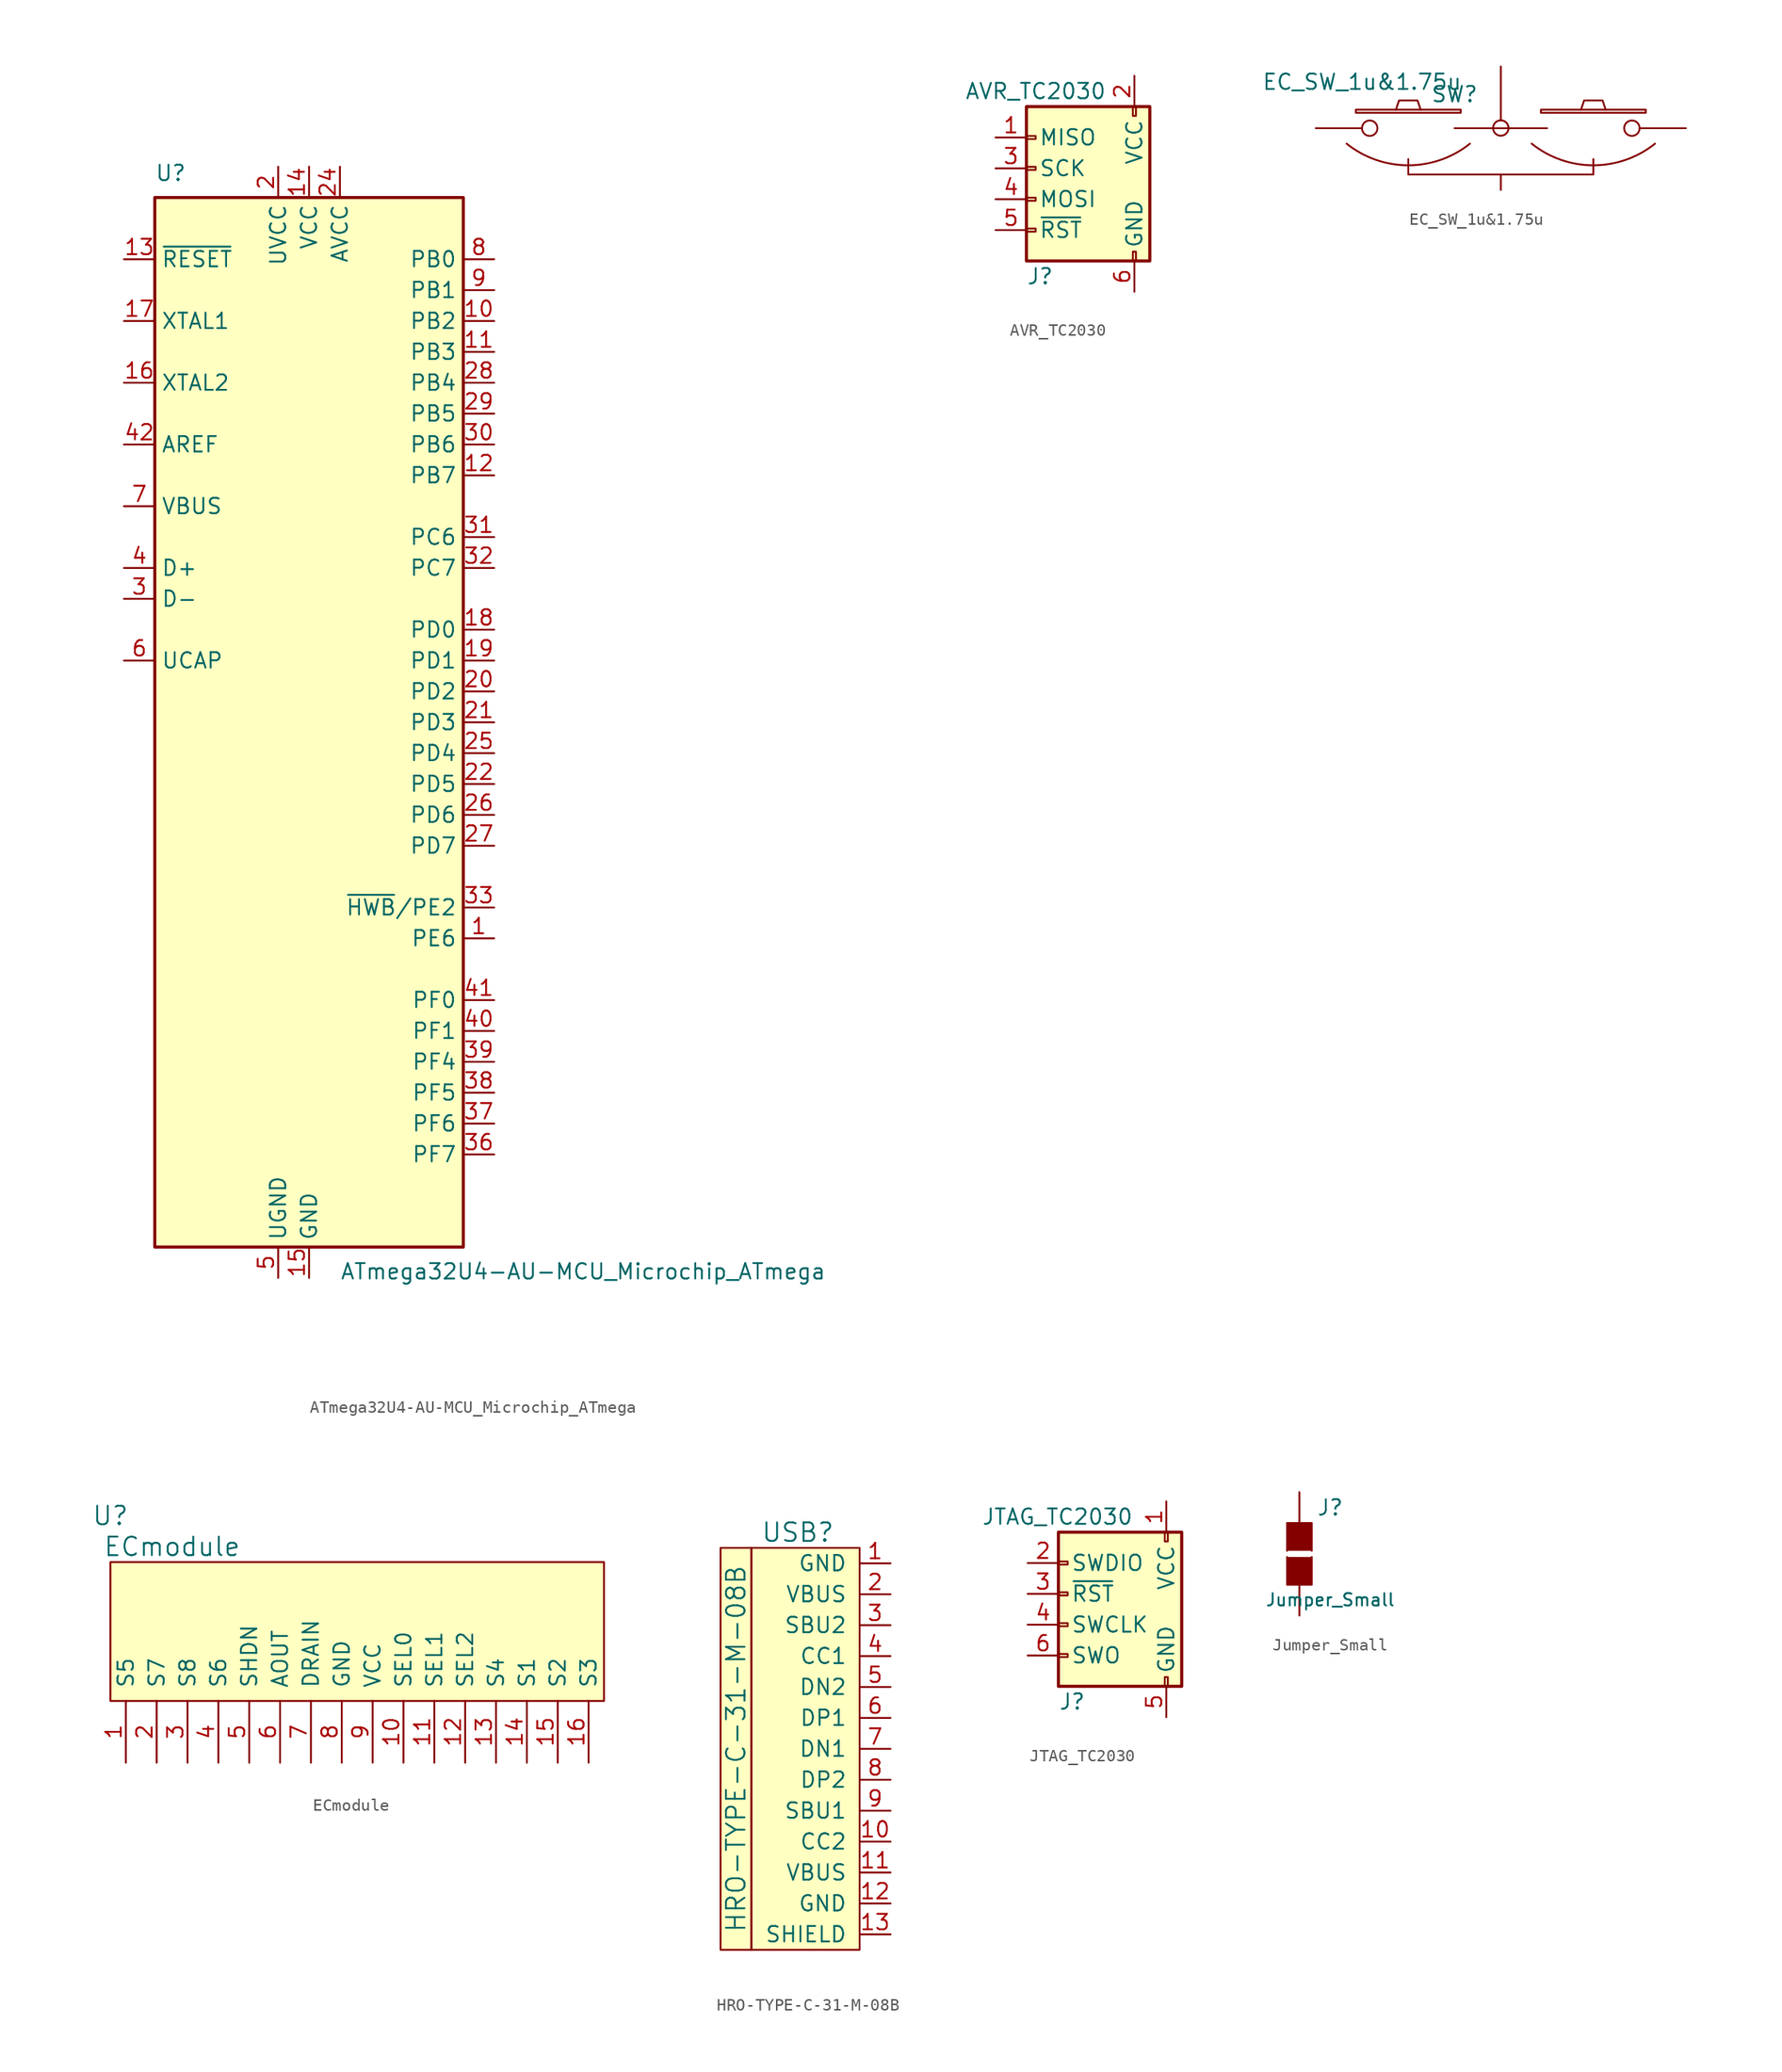
<source format=kicad_sym>
(kicad_symbol_lib
  (version 20211014)
  (generator kicad_symbol_editor)
  (symbol "ATmega32U4-AU-MCU_Microchip_ATmega"
    (property "Reference" "U"
      (at -12.7 44.45 0)
      (effects (font (size 1.27 1.27)) (justify left bottom)))
    (property "Value" "ATmega32U4-AU-MCU_Microchip_ATmega"
      (at 2.54 -44.45 0)
      (effects (font (size 1.27 1.27)) (justify left top)))
    (symbol "ATmega32U4-AU-MCU_Microchip_ATmega_0_1"
      (rectangle (start -12.7 -43.18) (end 12.7 43.18) (stroke (width 0.254) (type default) (color 0 0 0 0)) (fill (type background))))
    (symbol "ATmega32U4-AU-MCU_Microchip_ATmega_1_1"
      (pin tri_state line (at 15.24 -17.78 180) (length 2.54) (name "PE6" (effects (font (size 1.27 1.27)))) (number "1" (effects (font (size 1.27 1.27)))))
      (pin tri_state line (at 15.24 33.02 180) (length 2.54) (name "PB2" (effects (font (size 1.27 1.27)))) (number "10" (effects (font (size 1.27 1.27)))))
      (pin tri_state line (at 15.24 30.48 180) (length 2.54) (name "PB3" (effects (font (size 1.27 1.27)))) (number "11" (effects (font (size 1.27 1.27)))))
      (pin tri_state line (at 15.24 20.32 180) (length 2.54) (name "PB7" (effects (font (size 1.27 1.27)))) (number "12" (effects (font (size 1.27 1.27)))))
      (pin input line (at -15.24 38.1 0) (length 2.54) (name "~{RESET}" (effects (font (size 1.27 1.27)))) (number "13" (effects (font (size 1.27 1.27)))))
      (pin power_in line (at 0 45.72 270) (length 2.54) (name "VCC" (effects (font (size 1.27 1.27)))) (number "14" (effects (font (size 1.27 1.27)))))
      (pin power_in line (at 0 -45.72 90) (length 2.54) (name "GND" (effects (font (size 1.27 1.27)))) (number "15" (effects (font (size 1.27 1.27)))))
      (pin output line (at -15.24 27.94 0) (length 2.54) (name "XTAL2" (effects (font (size 1.27 1.27)))) (number "16" (effects (font (size 1.27 1.27)))))
      (pin input line (at -15.24 33.02 0) (length 2.54) (name "XTAL1" (effects (font (size 1.27 1.27)))) (number "17" (effects (font (size 1.27 1.27)))))
      (pin tri_state line (at 15.24 7.62 180) (length 2.54) (name "PD0" (effects (font (size 1.27 1.27)))) (number "18" (effects (font (size 1.27 1.27)))))
      (pin tri_state line (at 15.24 5.08 180) (length 2.54) (name "PD1" (effects (font (size 1.27 1.27)))) (number "19" (effects (font (size 1.27 1.27)))))
      (pin power_in line (at -2.54 45.72 270) (length 2.54) (name "UVCC" (effects (font (size 1.27 1.27)))) (number "2" (effects (font (size 1.27 1.27)))))
      (pin tri_state line (at 15.24 2.54 180) (length 2.54) (name "PD2" (effects (font (size 1.27 1.27)))) (number "20" (effects (font (size 1.27 1.27)))))
      (pin tri_state line (at 15.24 0 180) (length 2.54) (name "PD3" (effects (font (size 1.27 1.27)))) (number "21" (effects (font (size 1.27 1.27)))))
      (pin tri_state line (at 15.24 -5.08 180) (length 2.54) (name "PD5" (effects (font (size 1.27 1.27)))) (number "22" (effects (font (size 1.27 1.27)))))
      (pin passive line (at 0 -45.72 90) (length 2.54) hide (name "GND" (effects (font (size 1.27 1.27)))) (number "23" (effects (font (size 1.27 1.27)))))
      (pin power_in line (at 2.54 45.72 270) (length 2.54) (name "AVCC" (effects (font (size 1.27 1.27)))) (number "24" (effects (font (size 1.27 1.27)))))
      (pin tri_state line (at 15.24 -2.54 180) (length 2.54) (name "PD4" (effects (font (size 1.27 1.27)))) (number "25" (effects (font (size 1.27 1.27)))))
      (pin tri_state line (at 15.24 -7.62 180) (length 2.54) (name "PD6" (effects (font (size 1.27 1.27)))) (number "26" (effects (font (size 1.27 1.27)))))
      (pin tri_state line (at 15.24 -10.16 180) (length 2.54) (name "PD7" (effects (font (size 1.27 1.27)))) (number "27" (effects (font (size 1.27 1.27)))))
      (pin tri_state line (at 15.24 27.94 180) (length 2.54) (name "PB4" (effects (font (size 1.27 1.27)))) (number "28" (effects (font (size 1.27 1.27)))))
      (pin tri_state line (at 15.24 25.4 180) (length 2.54) (name "PB5" (effects (font (size 1.27 1.27)))) (number "29" (effects (font (size 1.27 1.27)))))
      (pin bidirectional line (at -15.24 10.16 0) (length 2.54) (name "D-" (effects (font (size 1.27 1.27)))) (number "3" (effects (font (size 1.27 1.27)))))
      (pin tri_state line (at 15.24 22.86 180) (length 2.54) (name "PB6" (effects (font (size 1.27 1.27)))) (number "30" (effects (font (size 1.27 1.27)))))
      (pin tri_state line (at 15.24 15.24 180) (length 2.54) (name "PC6" (effects (font (size 1.27 1.27)))) (number "31" (effects (font (size 1.27 1.27)))))
      (pin tri_state line (at 15.24 12.7 180) (length 2.54) (name "PC7" (effects (font (size 1.27 1.27)))) (number "32" (effects (font (size 1.27 1.27)))))
      (pin tri_state line (at 15.24 -15.24 180) (length 2.54) (name "~{HWB}/PE2" (effects (font (size 1.27 1.27)))) (number "33" (effects (font (size 1.27 1.27)))))
      (pin passive line (at 0 45.72 270) (length 2.54) hide (name "VCC" (effects (font (size 1.27 1.27)))) (number "34" (effects (font (size 1.27 1.27)))))
      (pin passive line (at 0 -45.72 90) (length 2.54) hide (name "GND" (effects (font (size 1.27 1.27)))) (number "35" (effects (font (size 1.27 1.27)))))
      (pin tri_state line (at 15.24 -35.56 180) (length 2.54) (name "PF7" (effects (font (size 1.27 1.27)))) (number "36" (effects (font (size 1.27 1.27)))))
      (pin tri_state line (at 15.24 -33.02 180) (length 2.54) (name "PF6" (effects (font (size 1.27 1.27)))) (number "37" (effects (font (size 1.27 1.27)))))
      (pin tri_state line (at 15.24 -30.48 180) (length 2.54) (name "PF5" (effects (font (size 1.27 1.27)))) (number "38" (effects (font (size 1.27 1.27)))))
      (pin tri_state line (at 15.24 -27.94 180) (length 2.54) (name "PF4" (effects (font (size 1.27 1.27)))) (number "39" (effects (font (size 1.27 1.27)))))
      (pin bidirectional line (at -15.24 12.7 0) (length 2.54) (name "D+" (effects (font (size 1.27 1.27)))) (number "4" (effects (font (size 1.27 1.27)))))
      (pin tri_state line (at 15.24 -25.4 180) (length 2.54) (name "PF1" (effects (font (size 1.27 1.27)))) (number "40" (effects (font (size 1.27 1.27)))))
      (pin tri_state line (at 15.24 -22.86 180) (length 2.54) (name "PF0" (effects (font (size 1.27 1.27)))) (number "41" (effects (font (size 1.27 1.27)))))
      (pin passive line (at -15.24 22.86 0) (length 2.54) (name "AREF" (effects (font (size 1.27 1.27)))) (number "42" (effects (font (size 1.27 1.27)))))
      (pin passive line (at 0 -45.72 90) (length 2.54) hide (name "GND" (effects (font (size 1.27 1.27)))) (number "43" (effects (font (size 1.27 1.27)))))
      (pin passive line (at 2.54 45.72 270) (length 2.54) hide (name "AVCC" (effects (font (size 1.27 1.27)))) (number "44" (effects (font (size 1.27 1.27)))))
      (pin passive line (at -2.54 -45.72 90) (length 2.54) (name "UGND" (effects (font (size 1.27 1.27)))) (number "5" (effects (font (size 1.27 1.27)))))
      (pin passive line (at -15.24 5.08 0) (length 2.54) (name "UCAP" (effects (font (size 1.27 1.27)))) (number "6" (effects (font (size 1.27 1.27)))))
      (pin input line (at -15.24 17.78 0) (length 2.54) (name "VBUS" (effects (font (size 1.27 1.27)))) (number "7" (effects (font (size 1.27 1.27)))))
      (pin tri_state line (at 15.24 38.1 180) (length 2.54) (name "PB0" (effects (font (size 1.27 1.27)))) (number "8" (effects (font (size 1.27 1.27)))))
      (pin tri_state line (at 15.24 35.56 180) (length 2.54) (name "PB1" (effects (font (size 1.27 1.27)))) (number "9" (effects (font (size 1.27 1.27)))))))
  (symbol "AVR_TC2030"
    (pin_names
      (offset 1.016))
    (property "Reference" "J"
      (at -3.81 -6.35 0)
      (effects (font (size 1.27 1.27)) (justify left)))
    (property "Value" "AVR_TC2030"
      (at -8.89 8.89 0)
      (effects (font (size 1.27 1.27)) (justify left)))
    (symbol "AVR_TC2030_0_1"
      (rectangle (start -3.81 7.62) (end 6.35 -5.08) (stroke (width 0.254) (type default) (color 0 0 0 0)) (fill (type background)))
      (rectangle (start -3.048 -2.667) (end -3.81 -2.413) (stroke (width 0) (type default) (color 0 0 0 0)) (fill (type none)))
      (rectangle (start -3.048 -0.127) (end -3.81 0.127) (stroke (width 0) (type default) (color 0 0 0 0)) (fill (type none)))
      (rectangle (start -3.048 2.413) (end -3.81 2.667) (stroke (width 0) (type default) (color 0 0 0 0)) (fill (type none)))
      (rectangle (start -3.048 4.953) (end -3.81 5.207) (stroke (width 0) (type default) (color 0 0 0 0)) (fill (type none)))
      (rectangle (start 4.953 -5.08) (end 5.207 -4.318) (stroke (width 0) (type default) (color 0 0 0 0)) (fill (type none)))
      (rectangle (start 4.953 6.858) (end 5.207 7.62) (stroke (width 0) (type default) (color 0 0 0 0)) (fill (type none))))
    (symbol "AVR_TC2030_1_1"
      (pin passive line (at -6.35 5.08 0) (length 2.54) (name "MISO" (effects (font (size 1.27 1.27)))) (number "1" (effects (font (size 1.27 1.27)))))
      (pin passive line (at 5.08 10.16 270) (length 2.54) (name "VCC" (effects (font (size 1.27 1.27)))) (number "2" (effects (font (size 1.27 1.27)))))
      (pin passive line (at -6.35 2.54 0) (length 2.54) (name "SCK" (effects (font (size 1.27 1.27)))) (number "3" (effects (font (size 1.27 1.27)))))
      (pin passive line (at -6.35 0 0) (length 2.54) (name "MOSI" (effects (font (size 1.27 1.27)))) (number "4" (effects (font (size 1.27 1.27)))))
      (pin passive line (at -6.35 -2.54 0) (length 2.54) (name "~{RST}" (effects (font (size 1.27 1.27)))) (number "5" (effects (font (size 1.27 1.27)))))
      (pin passive line (at 5.08 -7.62 90) (length 2.54) (name "GND" (effects (font (size 1.27 1.27)))) (number "6" (effects (font (size 1.27 1.27)))))))
  (symbol "EC_SW_1u&1.75u"
    (pin_numbers hide)
    (pin_names
      (offset 1.016) hide)
    (property "Reference" "SW"
      (at 3.81 2.794 0)
      (effects (font (size 1.27 1.27))))
    (property "Value" "EC_SW_1u&1.75u"
      (at -3.81 3.81 0)
      (effects (font (size 1.27 1.27))))
    (property "Footprint" ""
      (at 0 0 0)
      (effects (font (size 1.27 1.27))))
    (property "Datasheet" ""
      (at 0 0 0)
      (effects (font (size 1.27 1.27))))
    (symbol "EC_SW_1u&1.75u_0_1"
      (arc (start -5.08 -1.27) (mid 0 -3.052) (end 5.08 -1.27) (stroke (width 0) (type default) (color 0 0 0 0)) (fill (type none)))
      (rectangle (start -4.318 1.27) (end 4.318 1.524) (stroke (width 0) (type default) (color 0 0 0 0)) (fill (type none)))
      (polyline (pts (xy 11.43 0) (xy 3.81 0)) (stroke (width 0) (type default) (color 0 0 0 0)) (fill (type none)))
      (polyline (pts (xy -1.016 1.524) (xy -0.762 2.286) (xy 0.762 2.286) (xy 1.016 1.524)) (stroke (width 0) (type default) (color 0 0 0 0)) (fill (type none)))
      (polyline (pts (xy 0 -2.54) (xy 0 -3.81) (xy 15.24 -3.81) (xy 15.24 -2.54)) (stroke (width 0) (type default) (color 0 0 0 0)) (fill (type none)))
      (polyline (pts (xy 14.224 1.524) (xy 14.478 2.286) (xy 16.002 2.286) (xy 16.256 1.524)) (stroke (width 0) (type default) (color 0 0 0 0)) (fill (type none)))
      (arc (start 10.16 -1.27) (mid 15.24 -3.052) (end 20.32 -1.27) (stroke (width 0) (type default) (color 0 0 0 0)) (fill (type none)))
      (rectangle (start 10.922 1.27) (end 19.558 1.524) (stroke (width 0) (type default) (color 0 0 0 0)) (fill (type none)))
      (pin passive inverted (at -7.62 0 0) (length 5.08) (name "1" (effects (font (size 1.27 1.27)))) (number "1" (effects (font (size 1.27 1.27)))))
      (pin passive inverted (at 7.62 5.08 270) (length 5.7) (name "2" (effects (font (size 1.27 1.27)))) (number "2" (effects (font (size 1.27 1.27)))))
      (pin passive inverted (at 22.86 0 180) (length 5.08) (name "3" (effects (font (size 1.27 1.27)))) (number "3" (effects (font (size 1.27 1.27))))))
    (symbol "EC_SW_1u&1.75u_1_1"
      (pin input line (at 7.62 -5.08 90) (length 1.25) (name "SG" (effects (font (size 1.27 1.27)))) (number "4" (effects (font (size 1.27 1.27)))))))
  (symbol "ECmodule"
    (pin_names
      (offset 1.016))
    (property "Reference" "U"
      (at -20.32 8.89 0)
      (effects (font (size 1.524 1.524))))
    (property "Value" "ECmodule"
      (at -15.24 6.35 0)
      (effects (font (size 1.524 1.524))))
    (symbol "ECmodule_0_1"
      (rectangle (start -20.32 -6.35) (end 20.32 5.08) (stroke (width 0) (type default) (color 0 0 0 0)) (fill (type background))))
    (symbol "ECmodule_1_1"
      (pin input line (at -19.05 -11.43 90) (length 5.08) (name "S5" (effects (font (size 1.27 1.27)))) (number "1" (effects (font (size 1.27 1.27)))))
      (pin input line (at 3.81 -11.43 90) (length 5.08) (name "SEL0" (effects (font (size 1.27 1.27)))) (number "10" (effects (font (size 1.27 1.27)))))
      (pin input line (at 6.35 -11.43 90) (length 5.08) (name "SEL1" (effects (font (size 1.27 1.27)))) (number "11" (effects (font (size 1.27 1.27)))))
      (pin input line (at 8.89 -11.43 90) (length 5.08) (name "SEL2" (effects (font (size 1.27 1.27)))) (number "12" (effects (font (size 1.27 1.27)))))
      (pin input line (at 11.43 -11.43 90) (length 5.08) (name "S4" (effects (font (size 1.27 1.27)))) (number "13" (effects (font (size 1.27 1.27)))))
      (pin input line (at 13.97 -11.43 90) (length 5.08) (name "S1" (effects (font (size 1.27 1.27)))) (number "14" (effects (font (size 1.27 1.27)))))
      (pin input line (at 16.51 -11.43 90) (length 5.08) (name "S2" (effects (font (size 1.27 1.27)))) (number "15" (effects (font (size 1.27 1.27)))))
      (pin input line (at 19.05 -11.43 90) (length 5.08) (name "S3" (effects (font (size 1.27 1.27)))) (number "16" (effects (font (size 1.27 1.27)))))
      (pin input line (at -16.51 -11.43 90) (length 5.08) (name "S7" (effects (font (size 1.27 1.27)))) (number "2" (effects (font (size 1.27 1.27)))))
      (pin input line (at -13.97 -11.43 90) (length 5.08) (name "S8" (effects (font (size 1.27 1.27)))) (number "3" (effects (font (size 1.27 1.27)))))
      (pin input line (at -11.43 -11.43 90) (length 5.08) (name "S6" (effects (font (size 1.27 1.27)))) (number "4" (effects (font (size 1.27 1.27)))))
      (pin input line (at -8.89 -11.43 90) (length 5.08) (name "SHDN" (effects (font (size 1.27 1.27)))) (number "5" (effects (font (size 1.27 1.27)))))
      (pin input line (at -6.35 -11.43 90) (length 5.08) (name "AOUT" (effects (font (size 1.27 1.27)))) (number "6" (effects (font (size 1.27 1.27)))))
      (pin input line (at -3.81 -11.43 90) (length 5.08) (name "DRAIN" (effects (font (size 1.27 1.27)))) (number "7" (effects (font (size 1.27 1.27)))))
      (pin input line (at -1.27 -11.43 90) (length 5.08) (name "GND" (effects (font (size 1.27 1.27)))) (number "8" (effects (font (size 1.27 1.27)))))
      (pin input line (at 1.27 -11.43 90) (length 5.08) (name "VCC" (effects (font (size 1.27 1.27)))) (number "9" (effects (font (size 1.27 1.27)))))))
  (symbol "HRO-TYPE-C-31-M-08B"
    (pin_names
      (offset 1.016))
    (property "Reference" "USB"
      (at -5.08 16.51 0)
      (effects (font (size 1.524 1.524))))
    (property "Value" "HRO-TYPE-C-31-M-08B"
      (at -10.16 -1.27 90)
      (effects (font (size 1.524 1.524))))
    (symbol "HRO-TYPE-C-31-M-08B_0_1"
      (rectangle (start -11.43 15.24) (end -8.89 -17.78) (stroke (width 0) (type default) (color 0 0 0 0)) (fill (type background)))
      (rectangle (start 0 -17.78) (end -8.89 15.24) (stroke (width 0) (type default) (color 0 0 0 0)) (fill (type background))))
    (symbol "HRO-TYPE-C-31-M-08B_1_1"
      (pin input line (at 2.54 13.97 180) (length 2.54) (name "GND" (effects (font (size 1.27 1.27)))) (number "1" (effects (font (size 1.27 1.27)))))
      (pin input line (at 2.54 -8.89 180) (length 2.54) (name "CC2" (effects (font (size 1.27 1.27)))) (number "10" (effects (font (size 1.27 1.27)))))
      (pin input line (at 2.54 -11.43 180) (length 2.54) (name "VBUS" (effects (font (size 1.27 1.27)))) (number "11" (effects (font (size 1.27 1.27)))))
      (pin input line (at 2.54 -13.97 180) (length 2.54) (name "GND" (effects (font (size 1.27 1.27)))) (number "12" (effects (font (size 1.27 1.27)))))
      (pin input line (at 2.54 -16.51 180) (length 2.54) (name "SHIELD" (effects (font (size 1.27 1.27)))) (number "13" (effects (font (size 1.27 1.27)))))
      (pin input line (at 2.54 11.43 180) (length 2.54) (name "VBUS" (effects (font (size 1.27 1.27)))) (number "2" (effects (font (size 1.27 1.27)))))
      (pin input line (at 2.54 8.89 180) (length 2.54) (name "SBU2" (effects (font (size 1.27 1.27)))) (number "3" (effects (font (size 1.27 1.27)))))
      (pin input line (at 2.54 6.35 180) (length 2.54) (name "CC1" (effects (font (size 1.27 1.27)))) (number "4" (effects (font (size 1.27 1.27)))))
      (pin input line (at 2.54 3.81 180) (length 2.54) (name "DN2" (effects (font (size 1.27 1.27)))) (number "5" (effects (font (size 1.27 1.27)))))
      (pin input line (at 2.54 1.27 180) (length 2.54) (name "DP1" (effects (font (size 1.27 1.27)))) (number "6" (effects (font (size 1.27 1.27)))))
      (pin input line (at 2.54 -1.27 180) (length 2.54) (name "DN1" (effects (font (size 1.27 1.27)))) (number "7" (effects (font (size 1.27 1.27)))))
      (pin input line (at 2.54 -3.81 180) (length 2.54) (name "DP2" (effects (font (size 1.27 1.27)))) (number "8" (effects (font (size 1.27 1.27)))))
      (pin input line (at 2.54 -6.35 180) (length 2.54) (name "SBU1" (effects (font (size 1.27 1.27)))) (number "9" (effects (font (size 1.27 1.27)))))))
  (symbol "JTAG_TC2030"
    (pin_names
      (offset 1.016))
    (property "Reference" "J"
      (at -3.81 -6.35 0)
      (effects (font (size 1.27 1.27)) (justify left)))
    (property "Value" "JTAG_TC2030"
      (at -10.16 8.89 0)
      (effects (font (size 1.27 1.27)) (justify left)))
    (symbol "JTAG_TC2030_0_1"
      (rectangle (start -3.81 7.62) (end 6.35 -5.08) (stroke (width 0.254) (type default) (color 0 0 0 0)) (fill (type background)))
      (rectangle (start -3.048 -2.667) (end -3.81 -2.413) (stroke (width 0) (type default) (color 0 0 0 0)) (fill (type none)))
      (rectangle (start -3.048 -0.127) (end -3.81 0.127) (stroke (width 0) (type default) (color 0 0 0 0)) (fill (type none)))
      (rectangle (start -3.048 2.413) (end -3.81 2.667) (stroke (width 0) (type default) (color 0 0 0 0)) (fill (type none)))
      (rectangle (start -3.048 4.953) (end -3.81 5.207) (stroke (width 0) (type default) (color 0 0 0 0)) (fill (type none)))
      (rectangle (start 4.953 -5.08) (end 5.207 -4.318) (stroke (width 0) (type default) (color 0 0 0 0)) (fill (type none)))
      (rectangle (start 4.953 6.858) (end 5.207 7.62) (stroke (width 0) (type default) (color 0 0 0 0)) (fill (type none))))
    (symbol "JTAG_TC2030_1_1"
      (pin passive line (at 5.08 10.16 270) (length 2.54) (name "VCC" (effects (font (size 1.27 1.27)))) (number "1" (effects (font (size 1.27 1.27)))))
      (pin passive line (at -6.35 5.08 0) (length 2.54) (name "SWDIO" (effects (font (size 1.27 1.27)))) (number "2" (effects (font (size 1.27 1.27)))))
      (pin passive line (at -6.35 2.54 0) (length 2.54) (name "~{RST}" (effects (font (size 1.27 1.27)))) (number "3" (effects (font (size 1.27 1.27)))))
      (pin passive line (at -6.35 0 0) (length 2.54) (name "SWCLK" (effects (font (size 1.27 1.27)))) (number "4" (effects (font (size 1.27 1.27)))))
      (pin passive line (at 5.08 -7.62 90) (length 2.54) (name "GND" (effects (font (size 1.27 1.27)))) (number "5" (effects (font (size 1.27 1.27)))))
      (pin passive line (at -6.35 -2.54 0) (length 2.54) (name "SWO" (effects (font (size 1.27 1.27)))) (number "6" (effects (font (size 1.27 1.27)))))))
  (symbol "Jumper_Small"
    (pin_numbers hide)
    (pin_names
      (offset 1.016) hide)
    (property "Reference" "J"
      (at 2.54 3.81 0)
      (effects (font (size 1.27 1.27))))
    (property "Value" "Jumper_Small"
      (at 2.54 -3.785 0)
      (effects (font (size 1.016 1.016))))
    (property "Footprint" ""
      (at 0 0 0)
      (effects (font (size 1.524 1.524))))
    (property "Datasheet" ""
      (at 0 0 0)
      (effects (font (size 1.524 1.524))))
    (symbol "Jumper_Small_0_1"
      (polyline (pts (xy -1.016 -0.254) (xy -1.016 -2.54) (xy 1.016 -2.54) (xy 1.016 -0.254)) (stroke (width 0) (type default) (color 0 0 0 0)) (fill (type outline)))
      (polyline (pts (xy -1.016 0.254) (xy -1.016 2.54) (xy 1.016 2.54) (xy 1.016 0.254)) (stroke (width 0) (type default) (color 0 0 0 0)) (fill (type outline))))
    (symbol "Jumper_Small_1_1"
      (pin passive line (at 0 5.08 270) (length 2.54) (name "G1" (effects (font (size 1.524 1.524)))) (number "1" (effects (font (size 1.524 1.524)))))
      (pin passive line (at 0 -5.08 90) (length 2.54) (name "G2" (effects (font (size 1.524 1.524)))) (number "2" (effects (font (size 1.524 1.524))))))))
</source>
